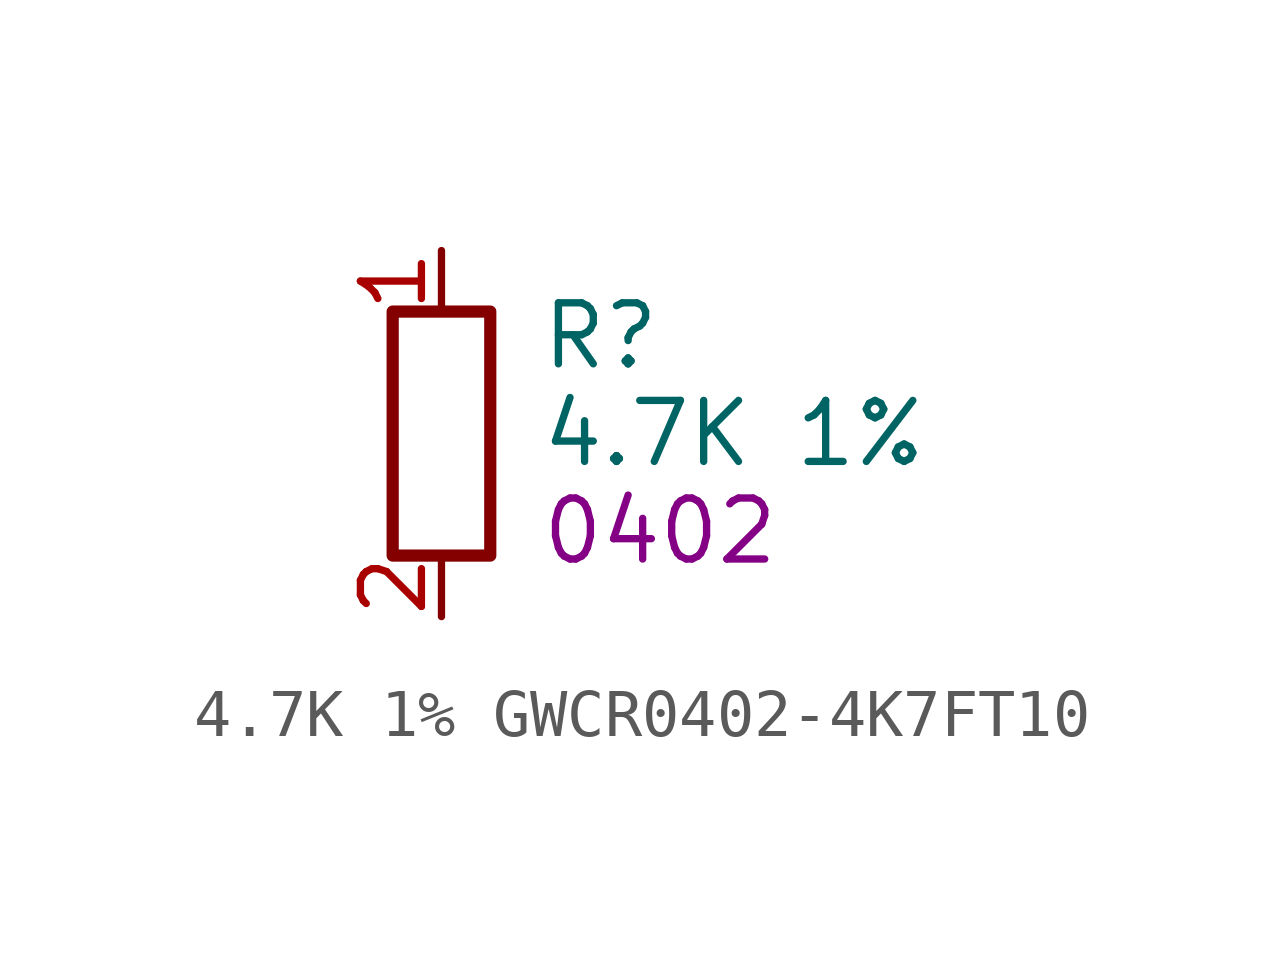
<source format=kicad_sym>
(kicad_symbol_lib
  (version 20241209)
  (generator "dmtdb")
  (generator_version "1.0")
  (symbol "4.7K 1% GWCR0402-4K7FT10"
    (property "Reference" "R"
      (at 2.032 2.032 0)
      (effects (font (size 1.27 1.27)) (justify left)))
    (property "Value" "4.7K 1%"
      (at 2.032 0 0)
      (effects (font (size 1.27 1.27)) (justify left)))
    (property "FOOTPRINT_SHORT" "0402"
      (at 2.032 -2.032 0)
      (effects (font (size 1.27 1.27)) (justify left)))
    (symbol "4.7K 1% GWCR0402-4K7FT10_0_1"
      (rectangle (start -1.016 2.54) (end 1.016 -2.54) (stroke (width 0.254) (type default)) (fill (type none))))
    (symbol "4.7K 1% GWCR0402-4K7FT10_1_1"
      (pin passive line (at 0 3.81 270) (length 1.27) (name "~" (effects (font (size 1.27 1.27)))) (number "1" (effects (font (size 1.27 1.27)))))
      (pin passive line (at 0 -3.81 90) (length 1.27) (name "~" (effects (font (size 1.27 1.27)))) (number "2" (effects (font (size 1.27 1.27))))))))
</source>
